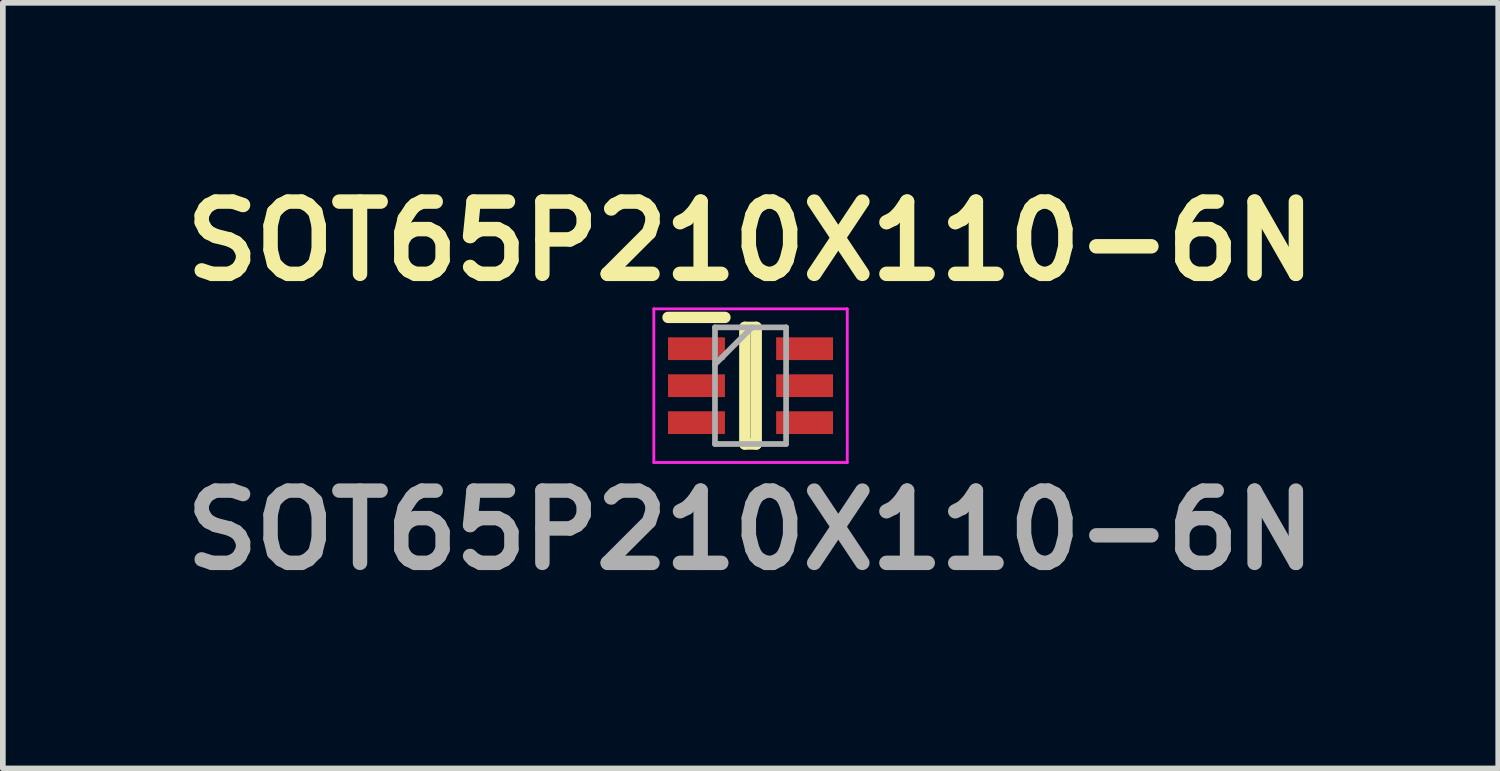
<source format=kicad_pcb>
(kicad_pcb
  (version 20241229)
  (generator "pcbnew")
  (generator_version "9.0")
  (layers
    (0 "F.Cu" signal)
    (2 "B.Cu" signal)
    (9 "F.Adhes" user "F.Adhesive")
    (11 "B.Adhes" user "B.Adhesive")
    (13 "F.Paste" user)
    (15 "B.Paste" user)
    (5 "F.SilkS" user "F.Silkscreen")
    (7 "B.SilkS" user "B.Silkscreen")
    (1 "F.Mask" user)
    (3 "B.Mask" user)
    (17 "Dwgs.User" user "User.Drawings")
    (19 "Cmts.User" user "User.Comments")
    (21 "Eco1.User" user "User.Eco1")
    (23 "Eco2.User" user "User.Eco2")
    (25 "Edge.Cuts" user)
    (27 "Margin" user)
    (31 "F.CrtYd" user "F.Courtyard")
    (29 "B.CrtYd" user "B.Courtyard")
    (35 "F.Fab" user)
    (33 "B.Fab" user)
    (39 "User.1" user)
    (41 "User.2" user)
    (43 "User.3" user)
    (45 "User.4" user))
  (footprint "SOT65P210X110-6N"
    (layer "F.Cu")
    (at 10.142 3.729)
    (property "Reference" "SOT65P210X110-6N" (at 0 -2.54 0) (layer "F.SilkS") (effects (font (size 1.27 1.27) (thickness 0.254))))
    (attr smd)
    (fp_line (start -1.45 -1.2) (end -0.45 -1.2) (stroke (width 0.2) (type solid)) (layer "F.SilkS"))
    (fp_line (start -0.1 -1.025) (end 0.1 -1.025) (stroke (width 0.2) (type solid)) (layer "F.SilkS"))
    (fp_line (start -0.1 1.025) (end -0.1 -1.025) (stroke (width 0.2) (type solid)) (layer "F.SilkS"))
    (fp_line (start 0.1 -1.025) (end 0.1 1.025) (stroke (width 0.2) (type solid)) (layer "F.SilkS"))
    (fp_line (start 0.1 1.025) (end -0.1 1.025) (stroke (width 0.2) (type solid)) (layer "F.SilkS"))
    (fp_line (start -1.7 -1.35) (end 1.7 -1.35) (stroke (width 0.05) (type solid)) (layer "F.CrtYd"))
    (fp_line (start -1.7 1.35) (end -1.7 -1.35) (stroke (width 0.05) (type solid)) (layer "F.CrtYd"))
    (fp_line (start 1.7 -1.35) (end 1.7 1.35) (stroke (width 0.05) (type solid)) (layer "F.CrtYd"))
    (fp_line (start 1.7 1.35) (end -1.7 1.35) (stroke (width 0.05) (type solid)) (layer "F.CrtYd"))
    (fp_line (start -0.625 -1.025) (end 0.625 -1.025) (stroke (width 0.1) (type solid)) (layer "F.Fab"))
    (fp_line (start -0.625 -0.375) (end 0.025 -1.025) (stroke (width 0.1) (type solid)) (layer "F.Fab"))
    (fp_line (start -0.625 1.025) (end -0.625 -1.025) (stroke (width 0.1) (type solid)) (layer "F.Fab"))
    (fp_line (start 0.625 -1.025) (end 0.625 1.025) (stroke (width 0.1) (type solid)) (layer "F.Fab"))
    (fp_line (start 0.625 1.025) (end -0.625 1.025) (stroke (width 0.1) (type solid)) (layer "F.Fab"))
    (fp_text user "${REFERENCE}" (at 0 2.54 0) (layer "F.Fab") (effects (font (size 1.27 1.27) (thickness 0.254))))
    (pad "1" smd rect (at -0.95 -0.65 90) (size 0.4 1) (layers "F.Cu" "F.Mask" "F.Paste"))
    (pad "2" smd rect (at -0.95 0 90) (size 0.4 1) (layers "F.Cu" "F.Mask" "F.Paste"))
    (pad "3" smd rect (at -0.95 0.65 90) (size 0.4 1) (layers "F.Cu" "F.Mask" "F.Paste"))
    (pad "4" smd rect (at 0.95 0.65 90) (size 0.4 1) (layers "F.Cu" "F.Mask" "F.Paste"))
    (pad "5" smd rect (at 0.95 0 90) (size 0.4 1) (layers "F.Cu" "F.Mask" "F.Paste"))
    (pad "6" smd rect (at 0.95 -0.65 90) (size 0.4 1) (layers "F.Cu" "F.Mask" "F.Paste")))
  (gr_rect
    (start -3 -3)
    (end 23.284 10.457)
    (stroke (width 0.1) (type default))
    (fill no)
    (layer "Edge.Cuts")))
</source>
